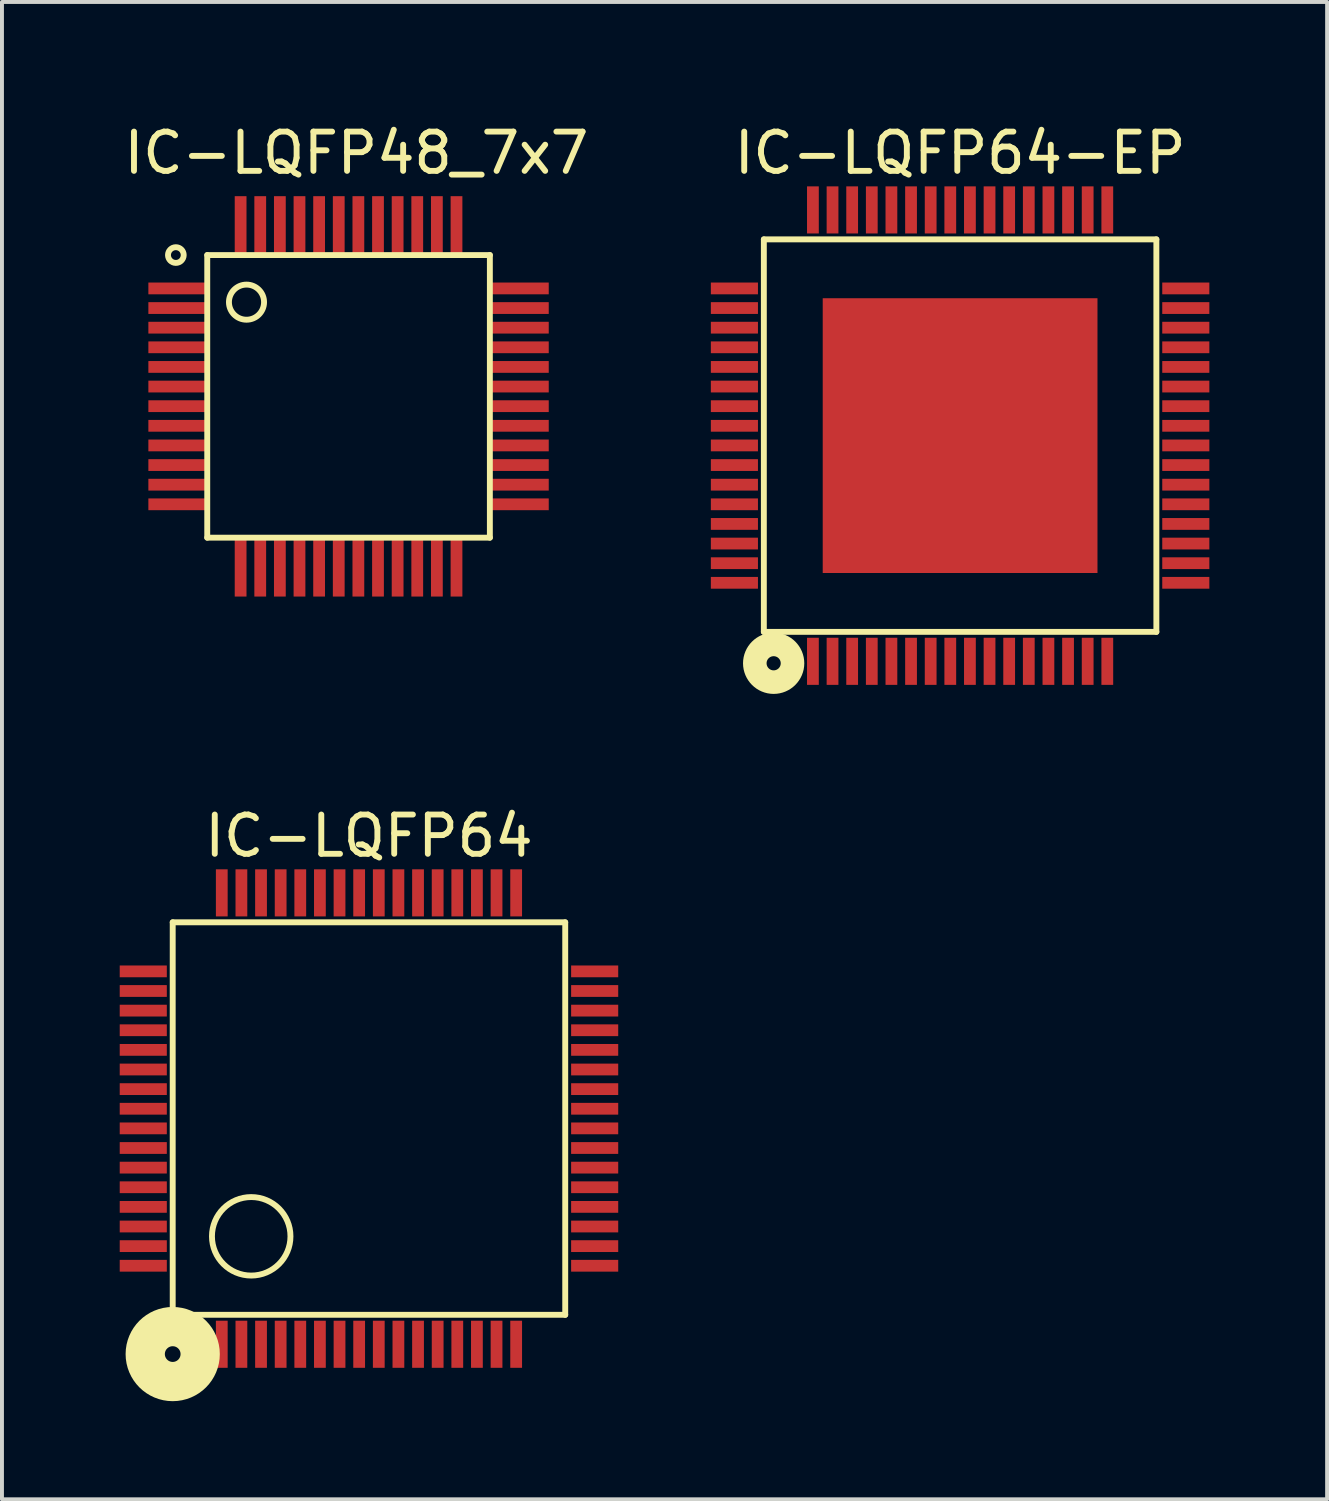
<source format=kicad_pcb>
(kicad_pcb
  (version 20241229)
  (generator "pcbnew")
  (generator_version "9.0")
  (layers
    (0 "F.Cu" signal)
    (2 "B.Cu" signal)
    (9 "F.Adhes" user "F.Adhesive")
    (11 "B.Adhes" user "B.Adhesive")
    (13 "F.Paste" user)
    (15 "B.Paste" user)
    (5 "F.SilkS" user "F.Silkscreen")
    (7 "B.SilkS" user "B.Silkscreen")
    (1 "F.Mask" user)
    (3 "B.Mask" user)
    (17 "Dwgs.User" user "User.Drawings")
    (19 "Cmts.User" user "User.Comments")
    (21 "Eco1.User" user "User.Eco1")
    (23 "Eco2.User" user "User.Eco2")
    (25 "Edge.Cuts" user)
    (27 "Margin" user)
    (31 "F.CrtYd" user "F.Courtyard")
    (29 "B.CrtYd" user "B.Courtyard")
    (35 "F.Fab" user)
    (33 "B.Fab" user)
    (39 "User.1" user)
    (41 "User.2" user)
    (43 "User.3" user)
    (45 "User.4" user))
  (footprint "IC-LQFP48_7x7"
    (layer "F.Cu")
    (at 5.83 7.048)
    (property "Reference" "IC-LQFP48_7x7" (at 0.2 -6.2 0) (layer "F.SilkS") (effects (font (size 1 1) (thickness 0.15))))
    (attr smd)
    (fp_line (start -3.6 -3.6) (end 3.6 -3.6) (stroke (width 0.15) (type solid)) (layer "F.SilkS"))
    (fp_line (start -3.6 3.6) (end -3.6 -3.6) (stroke (width 0.15) (type solid)) (layer "F.SilkS"))
    (fp_line (start 3.6 -3.6) (end 3.6 3.6) (stroke (width 0.15) (type solid)) (layer "F.SilkS"))
    (fp_line (start 3.6 3.6) (end -3.6 3.6) (stroke (width 0.15) (type solid)) (layer "F.SilkS"))
    (fp_circle (center -4.4 -3.6) (end -4.4 -3.4) (stroke (width 0.15) (type solid)) (fill no) (layer "F.SilkS"))
    (fp_circle (center -2.6 -2.4) (end -2.4 -2) (stroke (width 0.15) (type solid)) (fill no) (layer "F.SilkS"))
    (pad "1" smd rect (at -4.35 -2.75) (size 1.5 0.3) (layers "F.Cu" "F.Mask" "F.Paste"))
    (pad "2" smd rect (at -4.35 -2.25) (size 1.5 0.3) (layers "F.Cu" "F.Mask" "F.Paste"))
    (pad "3" smd rect (at -4.35 -1.75) (size 1.5 0.3) (layers "F.Cu" "F.Mask" "F.Paste"))
    (pad "4" smd rect (at -4.35 -1.25) (size 1.5 0.3) (layers "F.Cu" "F.Mask" "F.Paste"))
    (pad "5" smd rect (at -4.35 -0.75) (size 1.5 0.3) (layers "F.Cu" "F.Mask" "F.Paste"))
    (pad "6" smd rect (at -4.35 -0.25) (size 1.5 0.3) (layers "F.Cu" "F.Mask" "F.Paste"))
    (pad "7" smd rect (at -4.35 0.25) (size 1.5 0.3) (layers "F.Cu" "F.Mask" "F.Paste"))
    (pad "8" smd rect (at -4.35 0.75) (size 1.5 0.3) (layers "F.Cu" "F.Mask" "F.Paste"))
    (pad "9" smd rect (at -4.35 1.25) (size 1.5 0.3) (layers "F.Cu" "F.Mask" "F.Paste"))
    (pad "10" smd rect (at -4.35 1.75) (size 1.5 0.3) (layers "F.Cu" "F.Mask" "F.Paste"))
    (pad "11" smd rect (at -4.35 2.25) (size 1.5 0.3) (layers "F.Cu" "F.Mask" "F.Paste"))
    (pad "12" smd rect (at -4.35 2.75) (size 1.5 0.3) (layers "F.Cu" "F.Mask" "F.Paste"))
    (pad "13" smd rect (at -2.75 4.35 90) (size 1.5 0.3) (layers "F.Cu" "F.Mask" "F.Paste"))
    (pad "14" smd rect (at -2.25 4.35 90) (size 1.5 0.3) (layers "F.Cu" "F.Mask" "F.Paste"))
    (pad "15" smd rect (at -1.75 4.35 90) (size 1.5 0.3) (layers "F.Cu" "F.Mask" "F.Paste"))
    (pad "16" smd rect (at -1.25 4.35 90) (size 1.5 0.3) (layers "F.Cu" "F.Mask" "F.Paste"))
    (pad "17" smd rect (at -0.75 4.35 90) (size 1.5 0.3) (layers "F.Cu" "F.Mask" "F.Paste"))
    (pad "18" smd rect (at -0.25 4.35 90) (size 1.5 0.3) (layers "F.Cu" "F.Mask" "F.Paste"))
    (pad "19" smd rect (at 0.25 4.35 90) (size 1.5 0.3) (layers "F.Cu" "F.Mask" "F.Paste"))
    (pad "20" smd rect (at 0.75 4.35 90) (size 1.5 0.3) (layers "F.Cu" "F.Mask" "F.Paste"))
    (pad "21" smd rect (at 1.25 4.35 90) (size 1.5 0.3) (layers "F.Cu" "F.Mask" "F.Paste"))
    (pad "22" smd rect (at 1.75 4.35 90) (size 1.5 0.3) (layers "F.Cu" "F.Mask" "F.Paste"))
    (pad "23" smd rect (at 2.25 4.35 90) (size 1.5 0.3) (layers "F.Cu" "F.Mask" "F.Paste"))
    (pad "24" smd rect (at 2.75 4.35 90) (size 1.5 0.3) (layers "F.Cu" "F.Mask" "F.Paste"))
    (pad "25" smd rect (at 4.35 2.75) (size 1.5 0.3) (layers "F.Cu" "F.Mask" "F.Paste"))
    (pad "26" smd rect (at 4.35 2.25) (size 1.5 0.3) (layers "F.Cu" "F.Mask" "F.Paste"))
    (pad "27" smd rect (at 4.35 1.75) (size 1.5 0.3) (layers "F.Cu" "F.Mask" "F.Paste"))
    (pad "28" smd rect (at 4.35 1.25) (size 1.5 0.3) (layers "F.Cu" "F.Mask" "F.Paste"))
    (pad "29" smd rect (at 4.35 0.75) (size 1.5 0.3) (layers "F.Cu" "F.Mask" "F.Paste"))
    (pad "30" smd rect (at 4.35 0.25) (size 1.5 0.3) (layers "F.Cu" "F.Mask" "F.Paste"))
    (pad "31" smd rect (at 4.35 -0.25) (size 1.5 0.3) (layers "F.Cu" "F.Mask" "F.Paste"))
    (pad "32" smd rect (at 4.35 -0.75) (size 1.5 0.3) (layers "F.Cu" "F.Mask" "F.Paste"))
    (pad "33" smd rect (at 4.35 -1.25) (size 1.5 0.3) (layers "F.Cu" "F.Mask" "F.Paste"))
    (pad "34" smd rect (at 4.35 -1.75) (size 1.5 0.3) (layers "F.Cu" "F.Mask" "F.Paste"))
    (pad "35" smd rect (at 4.35 -2.25) (size 1.5 0.3) (layers "F.Cu" "F.Mask" "F.Paste"))
    (pad "36" smd rect (at 4.35 -2.75) (size 1.5 0.3) (layers "F.Cu" "F.Mask" "F.Paste"))
    (pad "37" smd rect (at 2.75 -4.35 90) (size 1.5 0.3) (layers "F.Cu" "F.Mask" "F.Paste"))
    (pad "38" smd rect (at 2.25 -4.35 90) (size 1.5 0.3) (layers "F.Cu" "F.Mask" "F.Paste"))
    (pad "39" smd rect (at 1.75 -4.35 90) (size 1.5 0.3) (layers "F.Cu" "F.Mask" "F.Paste"))
    (pad "40" smd rect (at 1.25 -4.35 90) (size 1.5 0.3) (layers "F.Cu" "F.Mask" "F.Paste"))
    (pad "41" smd rect (at 0.75 -4.35 90) (size 1.5 0.3) (layers "F.Cu" "F.Mask" "F.Paste"))
    (pad "42" smd rect (at 0.25 -4.35 90) (size 1.5 0.3) (layers "F.Cu" "F.Mask" "F.Paste"))
    (pad "43" smd rect (at -0.25 -4.35 90) (size 1.5 0.3) (layers "F.Cu" "F.Mask" "F.Paste"))
    (pad "44" smd rect (at -0.75 -4.35 90) (size 1.5 0.3) (layers "F.Cu" "F.Mask" "F.Paste"))
    (pad "45" smd rect (at -1.25 -4.35 90) (size 1.5 0.3) (layers "F.Cu" "F.Mask" "F.Paste"))
    (pad "46" smd rect (at -1.75 -4.35 90) (size 1.5 0.3) (layers "F.Cu" "F.Mask" "F.Paste"))
    (pad "47" smd rect (at -2.25 -4.35 90) (size 1.5 0.3) (layers "F.Cu" "F.Mask" "F.Paste"))
    (pad "48" smd rect (at -2.75 -4.35 90) (size 1.5 0.3) (layers "F.Cu" "F.Mask" "F.Paste")))
  (footprint "IC-LQFP64"
    (layer "F.Cu")
    (at 6.35 25.447)
    (property "Reference" "IC-LQFP64" (at 0 -7.2 0) (layer "F.SilkS") (effects (font (size 1 1) (thickness 0.15))))
    (attr through_hole)
    (fp_line (start -5 -5) (end -5 5) (stroke (width 0.15) (type solid)) (layer "F.SilkS"))
    (fp_line (start -5 5) (end 5 5) (stroke (width 0.15) (type solid)) (layer "F.SilkS"))
    (fp_line (start 5 -5) (end -5 -5) (stroke (width 0.15) (type solid)) (layer "F.SilkS"))
    (fp_line (start 5 5) (end 5 -5) (stroke (width 0.15) (type solid)) (layer "F.SilkS"))
    (fp_circle (center -5 6) (end -4.8 6) (stroke (width 1) (type solid)) (fill no) (layer "F.SilkS"))
    (fp_circle (center -3 3) (end -3 4) (stroke (width 0.15) (type solid)) (fill no) (layer "F.SilkS"))
    (pad "1" smd rect (at -3.75 5.75) (size 0.3 1.2) (layers "F.Cu" "F.Mask" "F.Paste"))
    (pad "2" smd rect (at -3.25 5.75) (size 0.3 1.2) (layers "F.Cu" "F.Mask" "F.Paste"))
    (pad "3" smd rect (at -2.75 5.75) (size 0.3 1.2) (layers "F.Cu" "F.Mask" "F.Paste"))
    (pad "4" smd rect (at -2.25 5.75) (size 0.3 1.2) (layers "F.Cu" "F.Mask" "F.Paste"))
    (pad "5" smd rect (at -1.75 5.75) (size 0.3 1.2) (layers "F.Cu" "F.Mask" "F.Paste"))
    (pad "6" smd rect (at -1.25 5.75) (size 0.3 1.2) (layers "F.Cu" "F.Mask" "F.Paste"))
    (pad "7" smd rect (at -0.75 5.75) (size 0.3 1.2) (layers "F.Cu" "F.Mask" "F.Paste"))
    (pad "8" smd rect (at -0.25 5.75) (size 0.3 1.2) (layers "F.Cu" "F.Mask" "F.Paste"))
    (pad "9" smd rect (at 0.25 5.75) (size 0.3 1.2) (layers "F.Cu" "F.Mask" "F.Paste"))
    (pad "10" smd rect (at 0.75 5.75) (size 0.3 1.2) (layers "F.Cu" "F.Mask" "F.Paste"))
    (pad "11" smd rect (at 1.25 5.75) (size 0.3 1.2) (layers "F.Cu" "F.Mask" "F.Paste"))
    (pad "12" smd rect (at 1.75 5.75) (size 0.3 1.2) (layers "F.Cu" "F.Mask" "F.Paste"))
    (pad "13" smd rect (at 2.25 5.75) (size 0.3 1.2) (layers "F.Cu" "F.Mask" "F.Paste"))
    (pad "14" smd rect (at 2.75 5.75) (size 0.3 1.2) (layers "F.Cu" "F.Mask" "F.Paste"))
    (pad "15" smd rect (at 3.25 5.75) (size 0.3 1.2) (layers "F.Cu" "F.Mask" "F.Paste"))
    (pad "16" smd rect (at 3.75 5.75) (size 0.3 1.2) (layers "F.Cu" "F.Mask" "F.Paste"))
    (pad "17" smd rect (at 5.75 3.75 90) (size 0.3 1.2) (layers "F.Cu" "F.Mask" "F.Paste"))
    (pad "18" smd rect (at 5.75 3.25 90) (size 0.3 1.2) (layers "F.Cu" "F.Mask" "F.Paste"))
    (pad "19" smd rect (at 5.75 2.75 90) (size 0.3 1.2) (layers "F.Cu" "F.Mask" "F.Paste"))
    (pad "20" smd rect (at 5.75 2.25 90) (size 0.3 1.2) (layers "F.Cu" "F.Mask" "F.Paste"))
    (pad "21" smd rect (at 5.75 1.75 90) (size 0.3 1.2) (layers "F.Cu" "F.Mask" "F.Paste"))
    (pad "22" smd rect (at 5.75 1.25 90) (size 0.3 1.2) (layers "F.Cu" "F.Mask" "F.Paste"))
    (pad "23" smd rect (at 5.75 0.75 90) (size 0.3 1.2) (layers "F.Cu" "F.Mask" "F.Paste"))
    (pad "24" smd rect (at 5.75 0.25 90) (size 0.3 1.2) (layers "F.Cu" "F.Mask" "F.Paste"))
    (pad "25" smd rect (at 5.75 -0.25 90) (size 0.3 1.2) (layers "F.Cu" "F.Mask" "F.Paste"))
    (pad "26" smd rect (at 5.75 -0.75 90) (size 0.3 1.2) (layers "F.Cu" "F.Mask" "F.Paste"))
    (pad "27" smd rect (at 5.75 -1.25 90) (size 0.3 1.2) (layers "F.Cu" "F.Mask" "F.Paste"))
    (pad "28" smd rect (at 5.75 -1.75 90) (size 0.3 1.2) (layers "F.Cu" "F.Mask" "F.Paste"))
    (pad "29" smd rect (at 5.75 -2.25 90) (size 0.3 1.2) (layers "F.Cu" "F.Mask" "F.Paste"))
    (pad "30" smd rect (at 5.75 -2.75 90) (size 0.3 1.2) (layers "F.Cu" "F.Mask" "F.Paste"))
    (pad "31" smd rect (at 5.75 -3.25 90) (size 0.3 1.2) (layers "F.Cu" "F.Mask" "F.Paste"))
    (pad "32" smd rect (at 5.75 -3.75 90) (size 0.3 1.2) (layers "F.Cu" "F.Mask" "F.Paste"))
    (pad "33" smd rect (at 3.75 -5.75) (size 0.3 1.2) (layers "F.Cu" "F.Mask" "F.Paste"))
    (pad "34" smd rect (at 3.25 -5.75) (size 0.3 1.2) (layers "F.Cu" "F.Mask" "F.Paste"))
    (pad "35" smd rect (at 2.75 -5.75) (size 0.3 1.2) (layers "F.Cu" "F.Mask" "F.Paste"))
    (pad "36" smd rect (at 2.25 -5.75) (size 0.3 1.2) (layers "F.Cu" "F.Mask" "F.Paste"))
    (pad "37" smd rect (at 1.75 -5.75) (size 0.3 1.2) (layers "F.Cu" "F.Mask" "F.Paste"))
    (pad "38" smd rect (at 1.25 -5.75) (size 0.3 1.2) (layers "F.Cu" "F.Mask" "F.Paste"))
    (pad "39" smd rect (at 0.75 -5.75) (size 0.3 1.2) (layers "F.Cu" "F.Mask" "F.Paste"))
    (pad "40" smd rect (at 0.25 -5.75) (size 0.3 1.2) (layers "F.Cu" "F.Mask" "F.Paste"))
    (pad "41" smd rect (at -0.25 -5.75) (size 0.3 1.2) (layers "F.Cu" "F.Mask" "F.Paste"))
    (pad "42" smd rect (at -0.75 -5.75) (size 0.3 1.2) (layers "F.Cu" "F.Mask" "F.Paste"))
    (pad "43" smd rect (at -1.25 -5.75) (size 0.3 1.2) (layers "F.Cu" "F.Mask" "F.Paste"))
    (pad "44" smd rect (at -1.75 -5.75) (size 0.3 1.2) (layers "F.Cu" "F.Mask" "F.Paste"))
    (pad "45" smd rect (at -2.25 -5.75) (size 0.3 1.2) (layers "F.Cu" "F.Mask" "F.Paste"))
    (pad "46" smd rect (at -2.75 -5.75) (size 0.3 1.2) (layers "F.Cu" "F.Mask" "F.Paste"))
    (pad "47" smd rect (at -3.25 -5.75) (size 0.3 1.2) (layers "F.Cu" "F.Mask" "F.Paste"))
    (pad "48" smd rect (at -3.75 -5.75) (size 0.3 1.2) (layers "F.Cu" "F.Mask" "F.Paste"))
    (pad "49" smd rect (at -5.75 -3.75 90) (size 0.3 1.2) (layers "F.Cu" "F.Mask" "F.Paste"))
    (pad "50" smd rect (at -5.75 -3.25 90) (size 0.3 1.2) (layers "F.Cu" "F.Mask" "F.Paste"))
    (pad "51" smd rect (at -5.75 -2.75 90) (size 0.3 1.2) (layers "F.Cu" "F.Mask" "F.Paste"))
    (pad "52" smd rect (at -5.75 -2.25 90) (size 0.3 1.2) (layers "F.Cu" "F.Mask" "F.Paste"))
    (pad "53" smd rect (at -5.75 -1.75 90) (size 0.3 1.2) (layers "F.Cu" "F.Mask" "F.Paste"))
    (pad "54" smd rect (at -5.75 -1.25 90) (size 0.3 1.2) (layers "F.Cu" "F.Mask" "F.Paste"))
    (pad "55" smd rect (at -5.75 -0.75 90) (size 0.3 1.2) (layers "F.Cu" "F.Mask" "F.Paste"))
    (pad "56" smd rect (at -5.75 -0.25 90) (size 0.3 1.2) (layers "F.Cu" "F.Mask" "F.Paste"))
    (pad "57" smd rect (at -5.75 0.25 90) (size 0.3 1.2) (layers "F.Cu" "F.Mask" "F.Paste"))
    (pad "58" smd rect (at -5.75 0.75 90) (size 0.3 1.2) (layers "F.Cu" "F.Mask" "F.Paste"))
    (pad "59" smd rect (at -5.75 1.25 90) (size 0.3 1.2) (layers "F.Cu" "F.Mask" "F.Paste"))
    (pad "60" smd rect (at -5.75 1.75 90) (size 0.3 1.2) (layers "F.Cu" "F.Mask" "F.Paste"))
    (pad "61" smd rect (at -5.75 2.25 90) (size 0.3 1.2) (layers "F.Cu" "F.Mask" "F.Paste"))
    (pad "62" smd rect (at -5.75 2.75 90) (size 0.3 1.2) (layers "F.Cu" "F.Mask" "F.Paste"))
    (pad "63" smd rect (at -5.75 3.25 90) (size 0.3 1.2) (layers "F.Cu" "F.Mask" "F.Paste"))
    (pad "64" smd rect (at -5.75 3.75 90) (size 0.3 1.2) (layers "F.Cu" "F.Mask" "F.Paste")))
  (footprint "IC-LQFP64-EP"
    (layer "F.Cu")
    (at 21.41 8.048)
    (property "Reference" "IC-LQFP64-EP" (at 0 -7.2 0) (layer "F.SilkS") (effects (font (size 1 1) (thickness 0.15))))
    (attr through_hole)
    (fp_line (start -5 -5) (end -5 5) (stroke (width 0.15) (type solid)) (layer "F.SilkS"))
    (fp_line (start -5 5) (end 5 5) (stroke (width 0.15) (type solid)) (layer "F.SilkS"))
    (fp_line (start 5 -5) (end -5 -5) (stroke (width 0.15) (type solid)) (layer "F.SilkS"))
    (fp_line (start 5 5) (end 5 -5) (stroke (width 0.15) (type solid)) (layer "F.SilkS"))
    (fp_circle (center -4.75 5.8) (end -4.6 5.9) (stroke (width 0.6) (type solid)) (fill no) (layer "F.SilkS"))
    (pad "1" smd rect (at -3.75 5.75) (size 0.3 1.2) (layers "F.Cu" "F.Mask" "F.Paste"))
    (pad "2" smd rect (at -3.25 5.75) (size 0.3 1.2) (layers "F.Cu" "F.Mask" "F.Paste"))
    (pad "3" smd rect (at -2.75 5.75) (size 0.3 1.2) (layers "F.Cu" "F.Mask" "F.Paste"))
    (pad "4" smd rect (at -2.25 5.75) (size 0.3 1.2) (layers "F.Cu" "F.Mask" "F.Paste"))
    (pad "5" smd rect (at -1.75 5.75) (size 0.3 1.2) (layers "F.Cu" "F.Mask" "F.Paste"))
    (pad "6" smd rect (at -1.25 5.75) (size 0.3 1.2) (layers "F.Cu" "F.Mask" "F.Paste"))
    (pad "7" smd rect (at -0.75 5.75) (size 0.3 1.2) (layers "F.Cu" "F.Mask" "F.Paste"))
    (pad "8" smd rect (at -0.25 5.75) (size 0.3 1.2) (layers "F.Cu" "F.Mask" "F.Paste"))
    (pad "9" smd rect (at 0.25 5.75) (size 0.3 1.2) (layers "F.Cu" "F.Mask" "F.Paste"))
    (pad "10" smd rect (at 0.75 5.75) (size 0.3 1.2) (layers "F.Cu" "F.Mask" "F.Paste"))
    (pad "11" smd rect (at 1.25 5.75) (size 0.3 1.2) (layers "F.Cu" "F.Mask" "F.Paste"))
    (pad "12" smd rect (at 1.75 5.75) (size 0.3 1.2) (layers "F.Cu" "F.Mask" "F.Paste"))
    (pad "13" smd rect (at 2.25 5.75) (size 0.3 1.2) (layers "F.Cu" "F.Mask" "F.Paste"))
    (pad "14" smd rect (at 2.75 5.75) (size 0.3 1.2) (layers "F.Cu" "F.Mask" "F.Paste"))
    (pad "15" smd rect (at 3.25 5.75) (size 0.3 1.2) (layers "F.Cu" "F.Mask" "F.Paste"))
    (pad "16" smd rect (at 3.75 5.75) (size 0.3 1.2) (layers "F.Cu" "F.Mask" "F.Paste"))
    (pad "17" smd rect (at 5.75 3.75 90) (size 0.3 1.2) (layers "F.Cu" "F.Mask" "F.Paste"))
    (pad "18" smd rect (at 5.75 3.25 90) (size 0.3 1.2) (layers "F.Cu" "F.Mask" "F.Paste"))
    (pad "19" smd rect (at 5.75 2.75 90) (size 0.3 1.2) (layers "F.Cu" "F.Mask" "F.Paste"))
    (pad "20" smd rect (at 5.75 2.25 90) (size 0.3 1.2) (layers "F.Cu" "F.Mask" "F.Paste"))
    (pad "21" smd rect (at 5.75 1.75 90) (size 0.3 1.2) (layers "F.Cu" "F.Mask" "F.Paste"))
    (pad "22" smd rect (at 5.75 1.25 90) (size 0.3 1.2) (layers "F.Cu" "F.Mask" "F.Paste"))
    (pad "23" smd rect (at 5.75 0.75 90) (size 0.3 1.2) (layers "F.Cu" "F.Mask" "F.Paste"))
    (pad "24" smd rect (at 5.75 0.25 90) (size 0.3 1.2) (layers "F.Cu" "F.Mask" "F.Paste"))
    (pad "25" smd rect (at 5.75 -0.25 90) (size 0.3 1.2) (layers "F.Cu" "F.Mask" "F.Paste"))
    (pad "26" smd rect (at 5.75 -0.75 90) (size 0.3 1.2) (layers "F.Cu" "F.Mask" "F.Paste"))
    (pad "27" smd rect (at 5.75 -1.25 90) (size 0.3 1.2) (layers "F.Cu" "F.Mask" "F.Paste"))
    (pad "28" smd rect (at 5.75 -1.75 90) (size 0.3 1.2) (layers "F.Cu" "F.Mask" "F.Paste"))
    (pad "29" smd rect (at 5.75 -2.25 90) (size 0.3 1.2) (layers "F.Cu" "F.Mask" "F.Paste"))
    (pad "30" smd rect (at 5.75 -2.75 90) (size 0.3 1.2) (layers "F.Cu" "F.Mask" "F.Paste"))
    (pad "31" smd rect (at 5.75 -3.25 90) (size 0.3 1.2) (layers "F.Cu" "F.Mask" "F.Paste"))
    (pad "32" smd rect (at 5.75 -3.75 90) (size 0.3 1.2) (layers "F.Cu" "F.Mask" "F.Paste"))
    (pad "33" smd rect (at 3.75 -5.75) (size 0.3 1.2) (layers "F.Cu" "F.Mask" "F.Paste"))
    (pad "34" smd rect (at 3.25 -5.75) (size 0.3 1.2) (layers "F.Cu" "F.Mask" "F.Paste"))
    (pad "35" smd rect (at 2.75 -5.75) (size 0.3 1.2) (layers "F.Cu" "F.Mask" "F.Paste"))
    (pad "36" smd rect (at 2.25 -5.75) (size 0.3 1.2) (layers "F.Cu" "F.Mask" "F.Paste"))
    (pad "37" smd rect (at 1.75 -5.75) (size 0.3 1.2) (layers "F.Cu" "F.Mask" "F.Paste"))
    (pad "38" smd rect (at 1.25 -5.75) (size 0.3 1.2) (layers "F.Cu" "F.Mask" "F.Paste"))
    (pad "39" smd rect (at 0.75 -5.75) (size 0.3 1.2) (layers "F.Cu" "F.Mask" "F.Paste"))
    (pad "40" smd rect (at 0.25 -5.75) (size 0.3 1.2) (layers "F.Cu" "F.Mask" "F.Paste"))
    (pad "41" smd rect (at -0.25 -5.75) (size 0.3 1.2) (layers "F.Cu" "F.Mask" "F.Paste"))
    (pad "42" smd rect (at -0.75 -5.75) (size 0.3 1.2) (layers "F.Cu" "F.Mask" "F.Paste"))
    (pad "43" smd rect (at -1.25 -5.75) (size 0.3 1.2) (layers "F.Cu" "F.Mask" "F.Paste"))
    (pad "44" smd rect (at -1.75 -5.75) (size 0.3 1.2) (layers "F.Cu" "F.Mask" "F.Paste"))
    (pad "45" smd rect (at -2.25 -5.75) (size 0.3 1.2) (layers "F.Cu" "F.Mask" "F.Paste"))
    (pad "46" smd rect (at -2.75 -5.75) (size 0.3 1.2) (layers "F.Cu" "F.Mask" "F.Paste"))
    (pad "47" smd rect (at -3.25 -5.75) (size 0.3 1.2) (layers "F.Cu" "F.Mask" "F.Paste"))
    (pad "48" smd rect (at -3.75 -5.75) (size 0.3 1.2) (layers "F.Cu" "F.Mask" "F.Paste"))
    (pad "49" smd rect (at -5.75 -3.75 90) (size 0.3 1.2) (layers "F.Cu" "F.Mask" "F.Paste"))
    (pad "50" smd rect (at -5.75 -3.25 90) (size 0.3 1.2) (layers "F.Cu" "F.Mask" "F.Paste"))
    (pad "51" smd rect (at -5.75 -2.75 90) (size 0.3 1.2) (layers "F.Cu" "F.Mask" "F.Paste"))
    (pad "52" smd rect (at -5.75 -2.25 90) (size 0.3 1.2) (layers "F.Cu" "F.Mask" "F.Paste"))
    (pad "53" smd rect (at -5.75 -1.75 90) (size 0.3 1.2) (layers "F.Cu" "F.Mask" "F.Paste"))
    (pad "54" smd rect (at -5.75 -1.25 90) (size 0.3 1.2) (layers "F.Cu" "F.Mask" "F.Paste"))
    (pad "55" smd rect (at -5.75 -0.75 90) (size 0.3 1.2) (layers "F.Cu" "F.Mask" "F.Paste"))
    (pad "56" smd rect (at -5.75 -0.25 90) (size 0.3 1.2) (layers "F.Cu" "F.Mask" "F.Paste"))
    (pad "57" smd rect (at -5.75 0.25 90) (size 0.3 1.2) (layers "F.Cu" "F.Mask" "F.Paste"))
    (pad "58" smd rect (at -5.75 0.75 90) (size 0.3 1.2) (layers "F.Cu" "F.Mask" "F.Paste"))
    (pad "59" smd rect (at -5.75 1.25 90) (size 0.3 1.2) (layers "F.Cu" "F.Mask" "F.Paste"))
    (pad "60" smd rect (at -5.75 1.75 90) (size 0.3 1.2) (layers "F.Cu" "F.Mask" "F.Paste"))
    (pad "61" smd rect (at -5.75 2.25 90) (size 0.3 1.2) (layers "F.Cu" "F.Mask" "F.Paste"))
    (pad "62" smd rect (at -5.75 2.75 90) (size 0.3 1.2) (layers "F.Cu" "F.Mask" "F.Paste"))
    (pad "63" smd rect (at -5.75 3.25 90) (size 0.3 1.2) (layers "F.Cu" "F.Mask" "F.Paste"))
    (pad "64" smd rect (at -5.75 3.75 90) (size 0.3 1.2) (layers "F.Cu" "F.Mask" "F.Paste"))
    (pad "EP" smd rect (at 0 0) (size 7 7) (layers "F.Cu" "F.Mask" "F.Paste")))
  (gr_rect
    (start -3 -3)
    (end 30.76 35.147)
    (stroke (width 0.1) (type default))
    (fill no)
    (layer "Edge.Cuts")))
</source>
